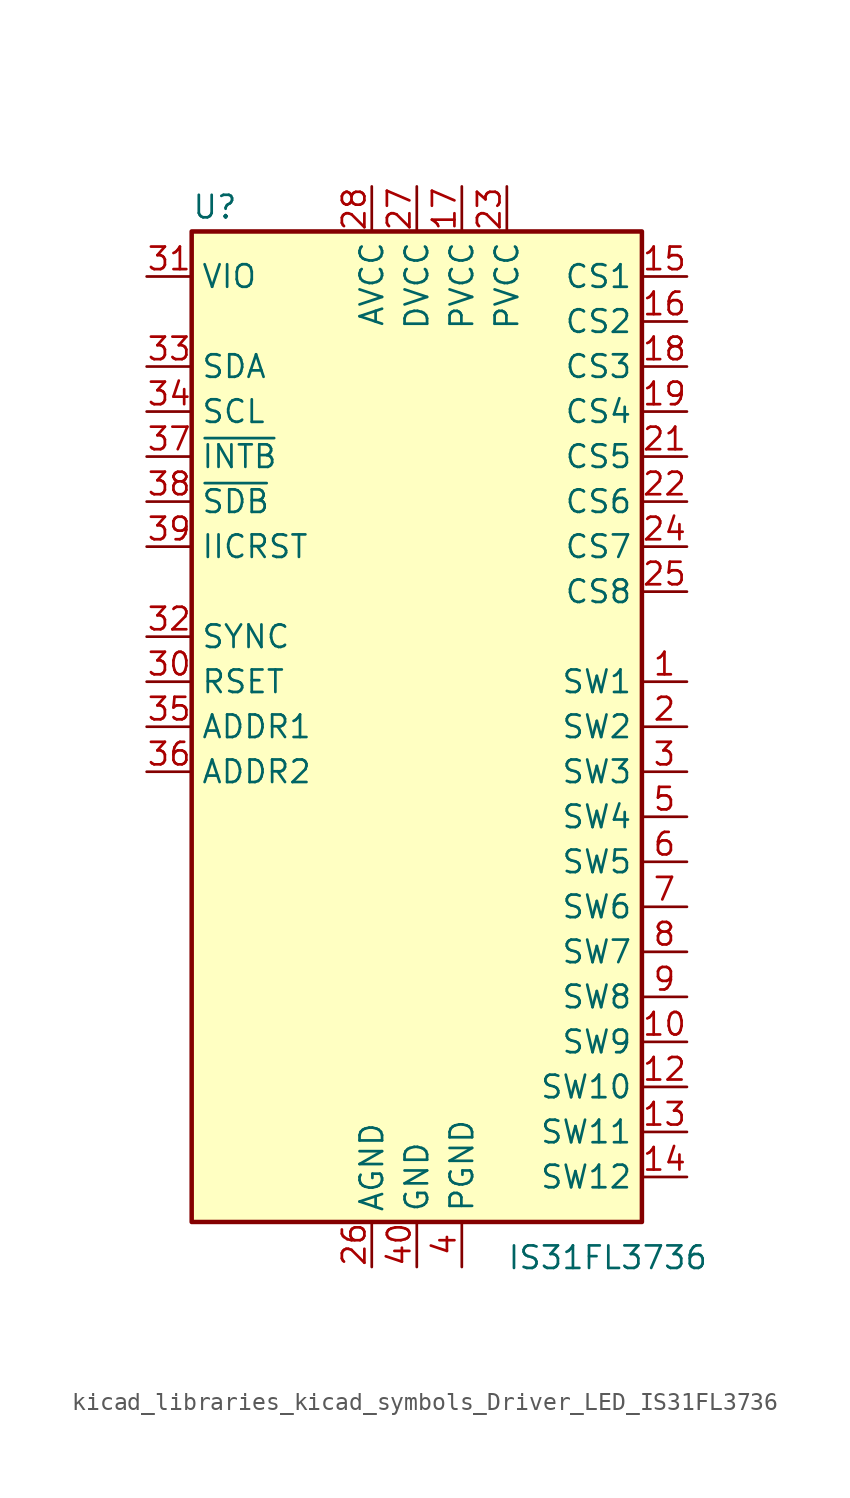
<source format=kicad_sym>
(kicad_symbol_lib
  (version 20220914)
  (generator kicad_symbol_editor)
  (symbol "kicad_libraries_kicad_symbols_Driver_LED_IS31FL3736"
    (property "Reference" "U"
      (at -12.7 28.575 0)
      (effects (font (size 1.27 1.27)) (justify left bottom)))
    (property "Value" "IS31FL3736"
      (at 5.08 -29.21 0)
      (effects (font (size 1.27 1.27)) (justify left top)))
    (symbol "kicad_libraries_kicad_symbols_Driver_LED_IS31FL3736_0_1"
      (rectangle (start -12.7 27.94) (end 12.7 -27.94) (stroke (width 0.254) (type default)) (fill (type background))))
    (symbol "kicad_libraries_kicad_symbols_Driver_LED_IS31FL3736_1_1"
      (pin input line (at 15.24 2.54 180) (length 2.54) (name "SW1" (effects (font (size 1.27 1.27)))) (number "1" (effects (font (size 1.27 1.27)))))
      (pin input line (at 15.24 -17.78 180) (length 2.54) (name "SW9" (effects (font (size 1.27 1.27)))) (number "10" (effects (font (size 1.27 1.27)))))
      (pin passive line (at 2.54 -30.48 90) (length 2.54) hide (name "PGND" (effects (font (size 1.27 1.27)))) (number "11" (effects (font (size 1.27 1.27)))))
      (pin input line (at 15.24 -20.32 180) (length 2.54) (name "SW10" (effects (font (size 1.27 1.27)))) (number "12" (effects (font (size 1.27 1.27)))))
      (pin input line (at 15.24 -22.86 180) (length 2.54) (name "SW11" (effects (font (size 1.27 1.27)))) (number "13" (effects (font (size 1.27 1.27)))))
      (pin input line (at 15.24 -25.4 180) (length 2.54) (name "SW12" (effects (font (size 1.27 1.27)))) (number "14" (effects (font (size 1.27 1.27)))))
      (pin output line (at 15.24 25.4 180) (length 2.54) (name "CS1" (effects (font (size 1.27 1.27)))) (number "15" (effects (font (size 1.27 1.27)))))
      (pin output line (at 15.24 22.86 180) (length 2.54) (name "CS2" (effects (font (size 1.27 1.27)))) (number "16" (effects (font (size 1.27 1.27)))))
      (pin power_in line (at 2.54 30.48 270) (length 2.54) (name "PVCC" (effects (font (size 1.27 1.27)))) (number "17" (effects (font (size 1.27 1.27)))))
      (pin output line (at 15.24 20.32 180) (length 2.54) (name "CS3" (effects (font (size 1.27 1.27)))) (number "18" (effects (font (size 1.27 1.27)))))
      (pin output line (at 15.24 17.78 180) (length 2.54) (name "CS4" (effects (font (size 1.27 1.27)))) (number "19" (effects (font (size 1.27 1.27)))))
      (pin input line (at 15.24 0 180) (length 2.54) (name "SW2" (effects (font (size 1.27 1.27)))) (number "2" (effects (font (size 1.27 1.27)))))
      (pin no_connect line (at -12.7 -22.86 0) (length 2.54) hide (name "NC" (effects (font (size 1.27 1.27)))) (number "20" (effects (font (size 1.27 1.27)))))
      (pin output line (at 15.24 15.24 180) (length 2.54) (name "CS5" (effects (font (size 1.27 1.27)))) (number "21" (effects (font (size 1.27 1.27)))))
      (pin output line (at 15.24 12.7 180) (length 2.54) (name "CS6" (effects (font (size 1.27 1.27)))) (number "22" (effects (font (size 1.27 1.27)))))
      (pin power_in line (at 5.08 30.48 270) (length 2.54) (name "PVCC" (effects (font (size 1.27 1.27)))) (number "23" (effects (font (size 1.27 1.27)))))
      (pin output line (at 15.24 10.16 180) (length 2.54) (name "CS7" (effects (font (size 1.27 1.27)))) (number "24" (effects (font (size 1.27 1.27)))))
      (pin output line (at 15.24 7.62 180) (length 2.54) (name "CS8" (effects (font (size 1.27 1.27)))) (number "25" (effects (font (size 1.27 1.27)))))
      (pin power_in line (at -2.54 -30.48 90) (length 2.54) (name "AGND" (effects (font (size 1.27 1.27)))) (number "26" (effects (font (size 1.27 1.27)))))
      (pin power_in line (at 0 30.48 270) (length 2.54) (name "DVCC" (effects (font (size 1.27 1.27)))) (number "27" (effects (font (size 1.27 1.27)))))
      (pin power_in line (at -2.54 30.48 270) (length 2.54) (name "AVCC" (effects (font (size 1.27 1.27)))) (number "28" (effects (font (size 1.27 1.27)))))
      (pin no_connect line (at -12.7 -25.4 0) (length 2.54) hide (name "NC" (effects (font (size 1.27 1.27)))) (number "29" (effects (font (size 1.27 1.27)))))
      (pin input line (at 15.24 -2.54 180) (length 2.54) (name "SW3" (effects (font (size 1.27 1.27)))) (number "3" (effects (font (size 1.27 1.27)))))
      (pin passive line (at -15.24 2.54 0) (length 2.54) (name "RSET" (effects (font (size 1.27 1.27)))) (number "30" (effects (font (size 1.27 1.27)))))
      (pin input line (at -15.24 25.4 0) (length 2.54) (name "VIO" (effects (font (size 1.27 1.27)))) (number "31" (effects (font (size 1.27 1.27)))))
      (pin input line (at -15.24 5.08 0) (length 2.54) (name "SYNC" (effects (font (size 1.27 1.27)))) (number "32" (effects (font (size 1.27 1.27)))))
      (pin bidirectional line (at -15.24 20.32 0) (length 2.54) (name "SDA" (effects (font (size 1.27 1.27)))) (number "33" (effects (font (size 1.27 1.27)))))
      (pin input line (at -15.24 17.78 0) (length 2.54) (name "SCL" (effects (font (size 1.27 1.27)))) (number "34" (effects (font (size 1.27 1.27)))))
      (pin input line (at -15.24 0 0) (length 2.54) (name "ADDR1" (effects (font (size 1.27 1.27)))) (number "35" (effects (font (size 1.27 1.27)))))
      (pin input line (at -15.24 -2.54 0) (length 2.54) (name "ADDR2" (effects (font (size 1.27 1.27)))) (number "36" (effects (font (size 1.27 1.27)))))
      (pin open_collector line (at -15.24 15.24 0) (length 2.54) (name "~{INTB}" (effects (font (size 1.27 1.27)))) (number "37" (effects (font (size 1.27 1.27)))))
      (pin input line (at -15.24 12.7 0) (length 2.54) (name "~{SDB}" (effects (font (size 1.27 1.27)))) (number "38" (effects (font (size 1.27 1.27)))))
      (pin input line (at -15.24 10.16 0) (length 2.54) (name "IICRST" (effects (font (size 1.27 1.27)))) (number "39" (effects (font (size 1.27 1.27)))))
      (pin power_in line (at 2.54 -30.48 90) (length 2.54) (name "PGND" (effects (font (size 1.27 1.27)))) (number "4" (effects (font (size 1.27 1.27)))))
      (pin power_in line (at 0 -30.48 90) (length 2.54) (name "GND" (effects (font (size 1.27 1.27)))) (number "40" (effects (font (size 1.27 1.27)))))
      (pin passive line (at 0 -30.48 90) (length 2.54) hide (name "GND" (effects (font (size 1.27 1.27)))) (number "41" (effects (font (size 1.27 1.27)))))
      (pin input line (at 15.24 -5.08 180) (length 2.54) (name "SW4" (effects (font (size 1.27 1.27)))) (number "5" (effects (font (size 1.27 1.27)))))
      (pin input line (at 15.24 -7.62 180) (length 2.54) (name "SW5" (effects (font (size 1.27 1.27)))) (number "6" (effects (font (size 1.27 1.27)))))
      (pin input line (at 15.24 -10.16 180) (length 2.54) (name "SW6" (effects (font (size 1.27 1.27)))) (number "7" (effects (font (size 1.27 1.27)))))
      (pin input line (at 15.24 -12.7 180) (length 2.54) (name "SW7" (effects (font (size 1.27 1.27)))) (number "8" (effects (font (size 1.27 1.27)))))
      (pin input line (at 15.24 -15.24 180) (length 2.54) (name "SW8" (effects (font (size 1.27 1.27)))) (number "9" (effects (font (size 1.27 1.27))))))))
</source>
